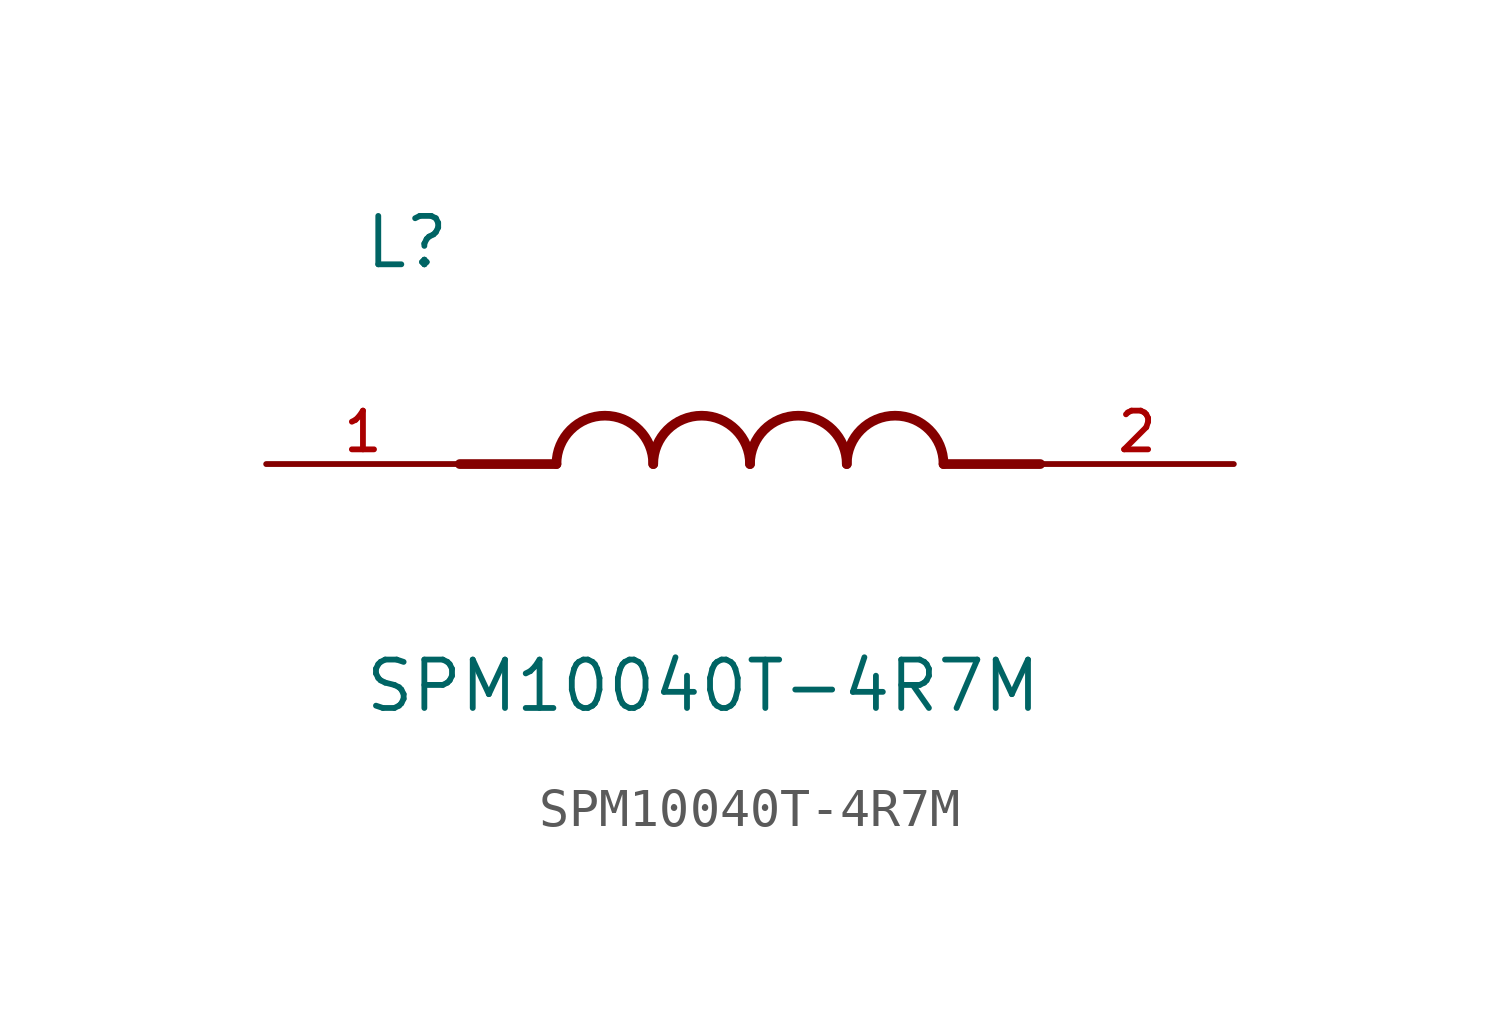
<source format=kicad_sym>
(kicad_symbol_lib
  (version 20211014)
  (generator kicad_symbol_editor)
  (symbol "SPM10040T-4R7M"
    (pin_names
      (offset 1.016))
    (property "Reference" "L"
      (at -10.16 5.08 0)
      (effects (font (size 1.27 1.27)) (justify bottom left)))
    (property "Value" "SPM10040T-4R7M"
      (at -10.16 -5.08 0)
      (effects (font (size 1.27 1.27)) (justify top left)))
    (symbol "SPM10040T-4R7M_0_0"
      (polyline (pts (xy -5.08 0.0) (xy -7.62 0.0)) (stroke (width 0.254)))
      (polyline (pts (xy 5.08 0.0) (xy 7.62 0.0)) (stroke (width 0.254)))
      (arc (start -2.54 0.0) (mid -3.81 1.27) (end -5.08 0.0) (stroke (width 0.254) (type default) (color 0 0 0 0)) (fill (type none)))
      (arc (start 0.0 0.0) (mid -1.27 1.27) (end -2.54 0.0) (stroke (width 0.254) (type default) (color 0 0 0 0)) (fill (type none)))
      (arc (start 2.54 0.0) (mid 1.27 1.27) (end 0.0 0.0) (stroke (width 0.254) (type default) (color 0 0 0 0)) (fill (type none)))
      (arc (start 5.08 0.0) (mid 3.81 1.27) (end 2.54 0.0) (stroke (width 0.254) (type default) (color 0 0 0 0)) (fill (type none)))
      (pin passive line (at -12.7 0.0 0) (length 5.08) (name "~" (effects (font (size 1.016 1.016)))) (number "1" (effects (font (size 1.016 1.016)))))
      (pin passive line (at 12.7 0.0 180.0) (length 5.08) (name "~" (effects (font (size 1.016 1.016)))) (number "2" (effects (font (size 1.016 1.016))))))))
</source>
